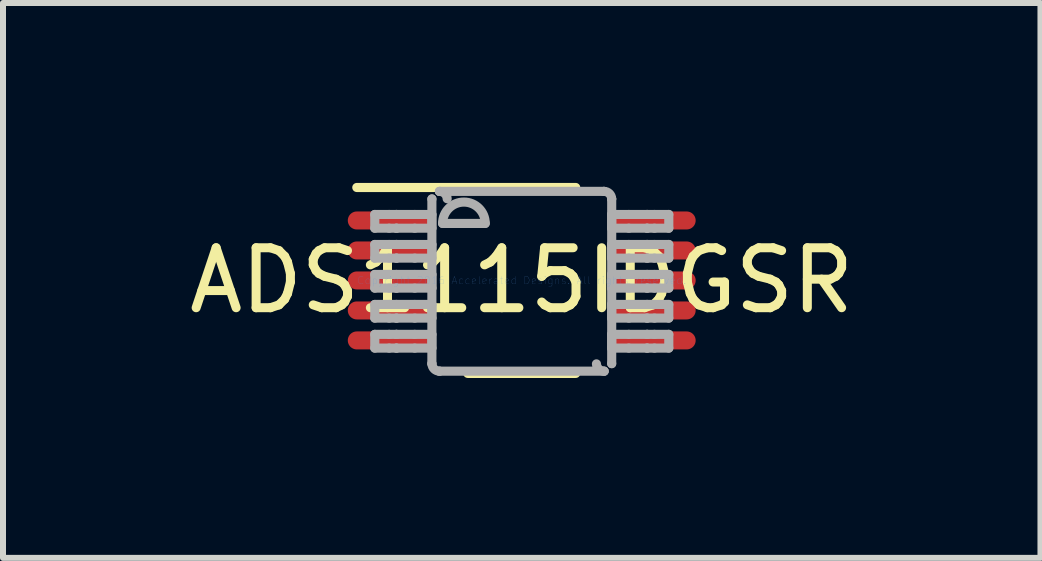
<source format=kicad_pcb>
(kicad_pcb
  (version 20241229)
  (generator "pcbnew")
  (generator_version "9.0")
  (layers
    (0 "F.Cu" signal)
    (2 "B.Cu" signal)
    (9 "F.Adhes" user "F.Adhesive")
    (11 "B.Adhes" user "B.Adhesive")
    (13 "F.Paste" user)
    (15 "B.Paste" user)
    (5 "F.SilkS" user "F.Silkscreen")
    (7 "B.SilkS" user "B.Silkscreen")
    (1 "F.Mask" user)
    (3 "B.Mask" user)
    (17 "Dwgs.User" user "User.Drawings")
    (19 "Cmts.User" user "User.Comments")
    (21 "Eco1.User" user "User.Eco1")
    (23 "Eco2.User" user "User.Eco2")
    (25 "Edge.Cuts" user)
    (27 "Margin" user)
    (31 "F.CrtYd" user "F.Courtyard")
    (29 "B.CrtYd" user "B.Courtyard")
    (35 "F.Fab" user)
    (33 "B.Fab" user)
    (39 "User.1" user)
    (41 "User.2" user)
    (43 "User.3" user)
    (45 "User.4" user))
  (footprint "ADS1115IDGSR"
    (layer "F.Cu")
    (at 5.649 1.626)
    (property "Reference" "ADS1115IDGSR" (at 0 0 0) (layer "F.SilkS") (effects (font (size 1 1) (thickness 0.15))))
    (attr through_hole)
    (fp_line (start -2.75 -1.55) (end 0.9 -1.55) (stroke (width 0.152) (type solid)) (layer "F.SilkS"))
    (fp_line (start -0.9 1.55) (end 0.9 1.55) (stroke (width 0.152) (type solid)) (layer "F.SilkS"))
    (fp_line (start -2.45 -1.1) (end -2.21 -1.1) (stroke (width 0.152) (type solid)) (layer "F.Fab"))
    (fp_line (start -2.45 -0.871) (end -2.45 -1.1) (stroke (width 0.152) (type solid)) (layer "F.Fab"))
    (fp_line (start -2.45 -0.871) (end -2.21 -0.871) (stroke (width 0.152) (type solid)) (layer "F.Fab"))
    (fp_line (start -2.45 -0.6) (end -2.21 -0.6) (stroke (width 0.152) (type solid)) (layer "F.Fab"))
    (fp_line (start -2.45 -0.372) (end -2.45 -0.6) (stroke (width 0.152) (type solid)) (layer "F.Fab"))
    (fp_line (start -2.45 -0.372) (end -2.21 -0.372) (stroke (width 0.152) (type solid)) (layer "F.Fab"))
    (fp_line (start -2.45 -0.1) (end -2.21 -0.1) (stroke (width 0.152) (type solid)) (layer "F.Fab"))
    (fp_line (start -2.45 0.128) (end -2.45 -0.1) (stroke (width 0.152) (type solid)) (layer "F.Fab"))
    (fp_line (start -2.45 0.128) (end -2.21 0.128) (stroke (width 0.152) (type solid)) (layer "F.Fab"))
    (fp_line (start -2.45 0.4) (end -2.21 0.4) (stroke (width 0.152) (type solid)) (layer "F.Fab"))
    (fp_line (start -2.45 0.628) (end -2.45 0.4) (stroke (width 0.152) (type solid)) (layer "F.Fab"))
    (fp_line (start -2.45 0.628) (end -2.21 0.628) (stroke (width 0.152) (type solid)) (layer "F.Fab"))
    (fp_line (start -2.45 0.899) (end -2.21 0.899) (stroke (width 0.152) (type solid)) (layer "F.Fab"))
    (fp_line (start -2.45 1.128) (end -2.45 0.899) (stroke (width 0.152) (type solid)) (layer "F.Fab"))
    (fp_line (start -2.45 1.128) (end -2.21 1.128) (stroke (width 0.152) (type solid)) (layer "F.Fab"))
    (fp_line (start -2.21 -1.1) (end -2.09 -1.1) (stroke (width 0.152) (type solid)) (layer "F.Fab"))
    (fp_line (start -2.21 -0.871) (end -2.09 -0.871) (stroke (width 0.152) (type solid)) (layer "F.Fab"))
    (fp_line (start -2.21 -0.6) (end -2.09 -0.6) (stroke (width 0.152) (type solid)) (layer "F.Fab"))
    (fp_line (start -2.21 -0.372) (end -2.09 -0.372) (stroke (width 0.152) (type solid)) (layer "F.Fab"))
    (fp_line (start -2.21 -0.1) (end -2.09 -0.1) (stroke (width 0.152) (type solid)) (layer "F.Fab"))
    (fp_line (start -2.21 0.128) (end -2.09 0.128) (stroke (width 0.152) (type solid)) (layer "F.Fab"))
    (fp_line (start -2.21 0.4) (end -2.09 0.4) (stroke (width 0.152) (type solid)) (layer "F.Fab"))
    (fp_line (start -2.21 0.628) (end -2.09 0.628) (stroke (width 0.152) (type solid)) (layer "F.Fab"))
    (fp_line (start -2.21 0.899) (end -2.09 0.899) (stroke (width 0.152) (type solid)) (layer "F.Fab"))
    (fp_line (start -2.21 1.128) (end -2.09 1.128) (stroke (width 0.152) (type solid)) (layer "F.Fab"))
    (fp_line (start -2.09 -1.1) (end -2.087 -1.1) (stroke (width 0.152) (type solid)) (layer "F.Fab"))
    (fp_line (start -2.09 -0.871) (end -2.087 -0.871) (stroke (width 0.152) (type solid)) (layer "F.Fab"))
    (fp_line (start -2.09 -0.6) (end -2.087 -0.6) (stroke (width 0.152) (type solid)) (layer "F.Fab"))
    (fp_line (start -2.09 -0.372) (end -2.087 -0.372) (stroke (width 0.152) (type solid)) (layer "F.Fab"))
    (fp_line (start -2.09 -0.1) (end -2.087 -0.1) (stroke (width 0.152) (type solid)) (layer "F.Fab"))
    (fp_line (start -2.09 0.128) (end -2.087 0.128) (stroke (width 0.152) (type solid)) (layer "F.Fab"))
    (fp_line (start -2.09 0.4) (end -2.087 0.4) (stroke (width 0.152) (type solid)) (layer "F.Fab"))
    (fp_line (start -2.09 0.628) (end -2.087 0.628) (stroke (width 0.152) (type solid)) (layer "F.Fab"))
    (fp_line (start -2.09 0.899) (end -2.087 0.899) (stroke (width 0.152) (type solid)) (layer "F.Fab"))
    (fp_line (start -2.09 1.128) (end -2.087 1.128) (stroke (width 0.152) (type solid)) (layer "F.Fab"))
    (fp_line (start -2.087 -1.1) (end -1.784 -1.1) (stroke (width 0.152) (type solid)) (layer "F.Fab"))
    (fp_line (start -2.087 -0.871) (end -1.784 -0.871) (stroke (width 0.152) (type solid)) (layer "F.Fab"))
    (fp_line (start -2.087 -0.6) (end -1.784 -0.6) (stroke (width 0.152) (type solid)) (layer "F.Fab"))
    (fp_line (start -2.087 -0.372) (end -1.784 -0.372) (stroke (width 0.152) (type solid)) (layer "F.Fab"))
    (fp_line (start -2.087 -0.1) (end -1.784 -0.1) (stroke (width 0.152) (type solid)) (layer "F.Fab"))
    (fp_line (start -2.087 0.128) (end -1.784 0.128) (stroke (width 0.152) (type solid)) (layer "F.Fab"))
    (fp_line (start -2.087 0.4) (end -1.784 0.4) (stroke (width 0.152) (type solid)) (layer "F.Fab"))
    (fp_line (start -2.087 0.628) (end -1.784 0.628) (stroke (width 0.152) (type solid)) (layer "F.Fab"))
    (fp_line (start -2.087 0.899) (end -1.784 0.899) (stroke (width 0.152) (type solid)) (layer "F.Fab"))
    (fp_line (start -2.087 1.128) (end -1.784 1.128) (stroke (width 0.152) (type solid)) (layer "F.Fab"))
    (fp_line (start -1.784 -1.1) (end -1.498 -1.1) (stroke (width 0.152) (type solid)) (layer "F.Fab"))
    (fp_line (start -1.784 -0.871) (end -1.498 -0.871) (stroke (width 0.152) (type solid)) (layer "F.Fab"))
    (fp_line (start -1.784 -0.6) (end -1.498 -0.6) (stroke (width 0.152) (type solid)) (layer "F.Fab"))
    (fp_line (start -1.784 -0.372) (end -1.498 -0.372) (stroke (width 0.152) (type solid)) (layer "F.Fab"))
    (fp_line (start -1.784 -0.1) (end -1.498 -0.1) (stroke (width 0.152) (type solid)) (layer "F.Fab"))
    (fp_line (start -1.784 0.128) (end -1.498 0.128) (stroke (width 0.152) (type solid)) (layer "F.Fab"))
    (fp_line (start -1.784 0.4) (end -1.498 0.4) (stroke (width 0.152) (type solid)) (layer "F.Fab"))
    (fp_line (start -1.784 0.628) (end -1.498 0.628) (stroke (width 0.152) (type solid)) (layer "F.Fab"))
    (fp_line (start -1.784 0.899) (end -1.498 0.899) (stroke (width 0.152) (type solid)) (layer "F.Fab"))
    (fp_line (start -1.784 1.128) (end -1.498 1.128) (stroke (width 0.152) (type solid)) (layer "F.Fab"))
    (fp_line (start -1.498 -1.358) (end -1.497 -1.36) (stroke (width 0.152) (type solid)) (layer "F.Fab"))
    (fp_line (start -1.498 -0.871) (end -1.498 -1.1) (stroke (width 0.152) (type solid)) (layer "F.Fab"))
    (fp_line (start -1.498 -0.372) (end -1.498 -0.6) (stroke (width 0.152) (type solid)) (layer "F.Fab"))
    (fp_line (start -1.498 0.128) (end -1.498 -0.1) (stroke (width 0.152) (type solid)) (layer "F.Fab"))
    (fp_line (start -1.498 0.628) (end -1.498 0.4) (stroke (width 0.152) (type solid)) (layer "F.Fab"))
    (fp_line (start -1.498 1.128) (end -1.498 0.899) (stroke (width 0.152) (type solid)) (layer "F.Fab"))
    (fp_line (start -1.498 1.386) (end -1.498 -1.358) (stroke (width 0.152) (type solid)) (layer "F.Fab"))
    (fp_line (start -1.498 1.386) (end -1.497 1.388) (stroke (width 0.152) (type solid)) (layer "F.Fab"))
    (fp_line (start -1.373 -1.485) (end -1.371 -1.485) (stroke (width 0.152) (type solid)) (layer "F.Fab"))
    (fp_line (start -1.373 1.513) (end -1.371 1.513) (stroke (width 0.152) (type solid)) (layer "F.Fab"))
    (fp_line (start -1.371 -1.485) (end 1.373 -1.485) (stroke (width 0.152) (type solid)) (layer "F.Fab"))
    (fp_line (start -1.371 1.513) (end 1.373 1.513) (stroke (width 0.152) (type solid)) (layer "F.Fab"))
    (fp_line (start -1.32 -0.951) (end -0.609 -0.951) (stroke (width 0.152) (type solid)) (layer "F.Fab"))
    (fp_line (start 1.373 -1.485) (end 1.375 -1.485) (stroke (width 0.152) (type solid)) (layer "F.Fab"))
    (fp_line (start 1.373 1.513) (end 1.375 1.513) (stroke (width 0.152) (type solid)) (layer "F.Fab"))
    (fp_line (start 1.5 -1.36) (end 1.5 -1.358) (stroke (width 0.152) (type solid)) (layer "F.Fab"))
    (fp_line (start 1.5 1.388) (end 1.5 1.386) (stroke (width 0.152) (type solid)) (layer "F.Fab"))
    (fp_line (start 1.5 -1.1) (end 1.786 -1.1) (stroke (width 0.152) (type solid)) (layer "F.Fab"))
    (fp_line (start 1.5 -0.871) (end 1.5 -1.1) (stroke (width 0.152) (type solid)) (layer "F.Fab"))
    (fp_line (start 1.5 -0.871) (end 1.786 -0.871) (stroke (width 0.152) (type solid)) (layer "F.Fab"))
    (fp_line (start 1.5 -0.6) (end 1.786 -0.6) (stroke (width 0.152) (type solid)) (layer "F.Fab"))
    (fp_line (start 1.5 -0.372) (end 1.5 -0.6) (stroke (width 0.152) (type solid)) (layer "F.Fab"))
    (fp_line (start 1.5 -0.372) (end 1.786 -0.372) (stroke (width 0.152) (type solid)) (layer "F.Fab"))
    (fp_line (start 1.5 -0.1) (end 1.786 -0.1) (stroke (width 0.152) (type solid)) (layer "F.Fab"))
    (fp_line (start 1.5 0.128) (end 1.5 -0.1) (stroke (width 0.152) (type solid)) (layer "F.Fab"))
    (fp_line (start 1.5 0.128) (end 1.786 0.128) (stroke (width 0.152) (type solid)) (layer "F.Fab"))
    (fp_line (start 1.5 0.4) (end 1.786 0.4) (stroke (width 0.152) (type solid)) (layer "F.Fab"))
    (fp_line (start 1.5 0.628) (end 1.5 0.4) (stroke (width 0.152) (type solid)) (layer "F.Fab"))
    (fp_line (start 1.5 0.628) (end 1.786 0.628) (stroke (width 0.152) (type solid)) (layer "F.Fab"))
    (fp_line (start 1.5 0.899) (end 1.786 0.899) (stroke (width 0.152) (type solid)) (layer "F.Fab"))
    (fp_line (start 1.5 1.128) (end 1.5 0.899) (stroke (width 0.152) (type solid)) (layer "F.Fab"))
    (fp_line (start 1.5 1.128) (end 1.786 1.128) (stroke (width 0.152) (type solid)) (layer "F.Fab"))
    (fp_line (start 1.5 1.386) (end 1.5 -1.358) (stroke (width 0.152) (type solid)) (layer "F.Fab"))
    (fp_line (start 1.786 -1.1) (end 2.089 -1.1) (stroke (width 0.152) (type solid)) (layer "F.Fab"))
    (fp_line (start 1.786 -0.871) (end 2.089 -0.871) (stroke (width 0.152) (type solid)) (layer "F.Fab"))
    (fp_line (start 1.786 -0.6) (end 2.089 -0.6) (stroke (width 0.152) (type solid)) (layer "F.Fab"))
    (fp_line (start 1.786 -0.372) (end 2.089 -0.372) (stroke (width 0.152) (type solid)) (layer "F.Fab"))
    (fp_line (start 1.786 -0.1) (end 2.089 -0.1) (stroke (width 0.152) (type solid)) (layer "F.Fab"))
    (fp_line (start 1.786 0.128) (end 2.089 0.128) (stroke (width 0.152) (type solid)) (layer "F.Fab"))
    (fp_line (start 1.786 0.4) (end 2.089 0.4) (stroke (width 0.152) (type solid)) (layer "F.Fab"))
    (fp_line (start 1.786 0.628) (end 2.089 0.628) (stroke (width 0.152) (type solid)) (layer "F.Fab"))
    (fp_line (start 1.786 0.899) (end 2.089 0.899) (stroke (width 0.152) (type solid)) (layer "F.Fab"))
    (fp_line (start 1.786 1.128) (end 2.089 1.128) (stroke (width 0.152) (type solid)) (layer "F.Fab"))
    (fp_line (start 2.089 -1.1) (end 2.093 -1.1) (stroke (width 0.152) (type solid)) (layer "F.Fab"))
    (fp_line (start 2.089 -0.871) (end 2.093 -0.871) (stroke (width 0.152) (type solid)) (layer "F.Fab"))
    (fp_line (start 2.089 -0.6) (end 2.093 -0.6) (stroke (width 0.152) (type solid)) (layer "F.Fab"))
    (fp_line (start 2.089 -0.372) (end 2.093 -0.372) (stroke (width 0.152) (type solid)) (layer "F.Fab"))
    (fp_line (start 2.089 -0.1) (end 2.093 -0.1) (stroke (width 0.152) (type solid)) (layer "F.Fab"))
    (fp_line (start 2.089 0.128) (end 2.093 0.128) (stroke (width 0.152) (type solid)) (layer "F.Fab"))
    (fp_line (start 2.089 0.4) (end 2.093 0.4) (stroke (width 0.152) (type solid)) (layer "F.Fab"))
    (fp_line (start 2.089 0.628) (end 2.093 0.628) (stroke (width 0.152) (type solid)) (layer "F.Fab"))
    (fp_line (start 2.089 0.899) (end 2.093 0.899) (stroke (width 0.152) (type solid)) (layer "F.Fab"))
    (fp_line (start 2.089 1.128) (end 2.093 1.128) (stroke (width 0.152) (type solid)) (layer "F.Fab"))
    (fp_line (start 2.093 -1.1) (end 2.213 -1.1) (stroke (width 0.152) (type solid)) (layer "F.Fab"))
    (fp_line (start 2.093 -0.871) (end 2.213 -0.871) (stroke (width 0.152) (type solid)) (layer "F.Fab"))
    (fp_line (start 2.093 -0.6) (end 2.213 -0.6) (stroke (width 0.152) (type solid)) (layer "F.Fab"))
    (fp_line (start 2.093 -0.372) (end 2.213 -0.372) (stroke (width 0.152) (type solid)) (layer "F.Fab"))
    (fp_line (start 2.093 -0.1) (end 2.213 -0.1) (stroke (width 0.152) (type solid)) (layer "F.Fab"))
    (fp_line (start 2.093 0.128) (end 2.213 0.128) (stroke (width 0.152) (type solid)) (layer "F.Fab"))
    (fp_line (start 2.093 0.4) (end 2.213 0.4) (stroke (width 0.152) (type solid)) (layer "F.Fab"))
    (fp_line (start 2.093 0.628) (end 2.213 0.628) (stroke (width 0.152) (type solid)) (layer "F.Fab"))
    (fp_line (start 2.093 0.899) (end 2.213 0.899) (stroke (width 0.152) (type solid)) (layer "F.Fab"))
    (fp_line (start 2.093 1.128) (end 2.213 1.128) (stroke (width 0.152) (type solid)) (layer "F.Fab"))
    (fp_line (start 2.213 -1.1) (end 2.452 -1.1) (stroke (width 0.152) (type solid)) (layer "F.Fab"))
    (fp_line (start 2.213 -0.871) (end 2.452 -0.871) (stroke (width 0.152) (type solid)) (layer "F.Fab"))
    (fp_line (start 2.213 -0.6) (end 2.452 -0.6) (stroke (width 0.152) (type solid)) (layer "F.Fab"))
    (fp_line (start 2.213 -0.372) (end 2.452 -0.372) (stroke (width 0.152) (type solid)) (layer "F.Fab"))
    (fp_line (start 2.213 -0.1) (end 2.452 -0.1) (stroke (width 0.152) (type solid)) (layer "F.Fab"))
    (fp_line (start 2.213 0.128) (end 2.452 0.128) (stroke (width 0.152) (type solid)) (layer "F.Fab"))
    (fp_line (start 2.213 0.4) (end 2.452 0.4) (stroke (width 0.152) (type solid)) (layer "F.Fab"))
    (fp_line (start 2.213 0.628) (end 2.452 0.628) (stroke (width 0.152) (type solid)) (layer "F.Fab"))
    (fp_line (start 2.213 0.899) (end 2.452 0.899) (stroke (width 0.152) (type solid)) (layer "F.Fab"))
    (fp_line (start 2.213 1.128) (end 2.452 1.128) (stroke (width 0.152) (type solid)) (layer "F.Fab"))
    (fp_line (start 2.452 -0.871) (end 2.452 -1.1) (stroke (width 0.152) (type solid)) (layer "F.Fab"))
    (fp_line (start 2.452 -0.372) (end 2.452 -0.6) (stroke (width 0.152) (type solid)) (layer "F.Fab"))
    (fp_line (start 2.452 0.128) (end 2.452 -0.1) (stroke (width 0.152) (type solid)) (layer "F.Fab"))
    (fp_line (start 2.452 0.628) (end 2.452 0.4) (stroke (width 0.152) (type solid)) (layer "F.Fab"))
    (fp_line (start 2.452 1.128) (end 2.452 0.899) (stroke (width 0.152) (type solid)) (layer "F.Fab"))
    (fp_arc (start -1.370485 -1.484561) (mid -1.282648 -1.449285) (end -1.243609 -1.363055) (stroke (width 0.1524) (type solid)) (layer "F.Fab"))
    (fp_arc (start -1.370485 1.512649) (mid -1.458322 1.477373) (end -1.497361 1.391143) (stroke (width 0.1524) (type solid)) (layer "F.Fab"))
    (fp_arc (start -1.3197 -0.951156) (mid -0.9641 -1.306756) (end -0.6085 -0.951156) (stroke (width 0.1524) (type solid)) (layer "F.Fab"))
    (fp_arc (start 1.372697 -1.484561) (mid 1.460542 -1.449282) (end 1.499585 -1.363044) (stroke (width 0.1524) (type solid)) (layer "F.Fab"))
    (fp_arc (start 1.372697 1.512649) (mid 1.284851 1.47737) (end 1.245808 1.391131) (stroke (width 0.1524) (type solid)) (layer "F.Fab"))
    (fp_text user "Copyright 2016 Accelerated Designs. All rights reserved." (at 0 0 0) (layer "Cmts.User") (effects (font (size 0.127 0.127) (thickness 0.002))))
    (pad "1" smd oval (at -2.225 -1 90) (size 0.3 1.35) (layers "F.Cu" "F.Mask" "F.Paste"))
    (pad "2" smd oval (at -2.225 -0.5 90) (size 0.3 1.35) (layers "F.Cu" "F.Mask" "F.Paste"))
    (pad "3" smd oval (at -2.225 0 90) (size 0.3 1.35) (layers "F.Cu" "F.Mask" "F.Paste"))
    (pad "4" smd oval (at -2.225 0.5 90) (size 0.3 1.35) (layers "F.Cu" "F.Mask" "F.Paste"))
    (pad "5" smd oval (at -2.225 1 90) (size 0.3 1.35) (layers "F.Cu" "F.Mask" "F.Paste"))
    (pad "6" smd oval (at 2.225 1 90) (size 0.3 1.35) (layers "F.Cu" "F.Mask" "F.Paste"))
    (pad "7" smd oval (at 2.225 0.5 90) (size 0.3 1.35) (layers "F.Cu" "F.Mask" "F.Paste"))
    (pad "8" smd oval (at 2.225 0 90) (size 0.3 1.35) (layers "F.Cu" "F.Mask" "F.Paste"))
    (pad "9" smd oval (at 2.225 -0.5 90) (size 0.3 1.35) (layers "F.Cu" "F.Mask" "F.Paste"))
    (pad "10" smd oval (at 2.225 -1 90) (size 0.3 1.35) (layers "F.Cu" "F.Mask" "F.Paste")))
  (gr_rect
    (start -3 -3)
    (end 14.298 6.252)
    (stroke (width 0.1) (type default))
    (fill no)
    (layer "Edge.Cuts")))
</source>
